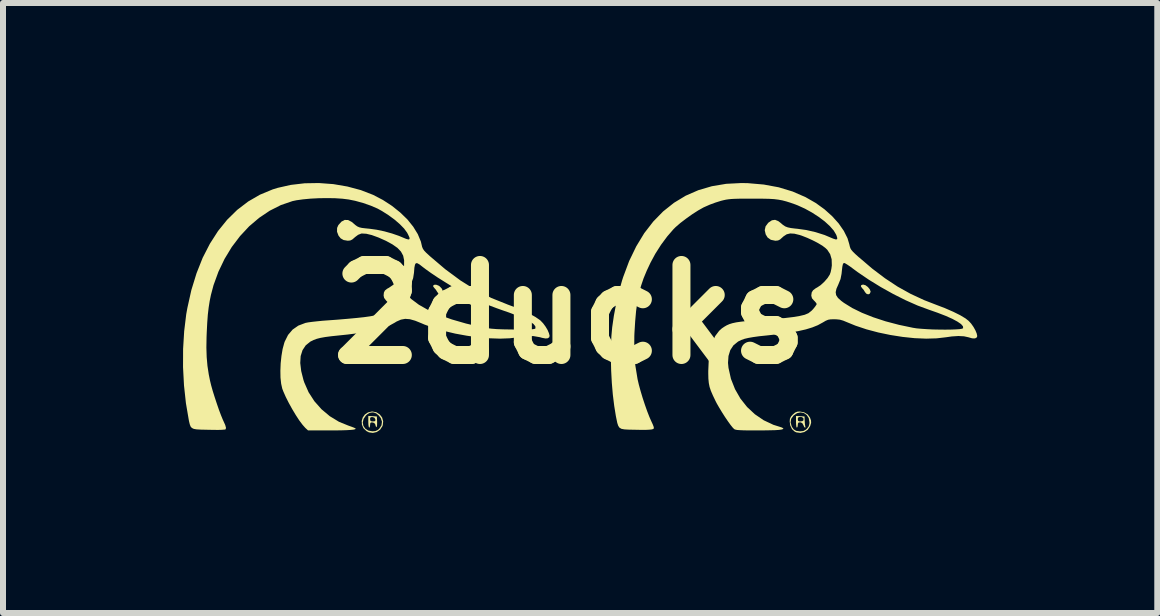
<source format=kicad_pcb>
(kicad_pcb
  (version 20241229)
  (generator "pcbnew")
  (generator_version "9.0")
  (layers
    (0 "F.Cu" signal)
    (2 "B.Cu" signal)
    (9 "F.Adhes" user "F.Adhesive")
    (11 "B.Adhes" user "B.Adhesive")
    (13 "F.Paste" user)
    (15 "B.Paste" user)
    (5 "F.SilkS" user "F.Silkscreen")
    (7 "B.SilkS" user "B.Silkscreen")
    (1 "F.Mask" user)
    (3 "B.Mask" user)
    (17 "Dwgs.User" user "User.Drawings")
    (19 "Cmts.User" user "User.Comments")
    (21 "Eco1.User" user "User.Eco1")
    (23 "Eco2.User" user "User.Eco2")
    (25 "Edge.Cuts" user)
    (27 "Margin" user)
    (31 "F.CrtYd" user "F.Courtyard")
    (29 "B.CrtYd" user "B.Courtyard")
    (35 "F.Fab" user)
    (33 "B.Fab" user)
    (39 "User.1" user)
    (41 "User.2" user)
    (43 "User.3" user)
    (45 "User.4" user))
  (footprint "2ducks"
    (layer "F.Cu")
    (at 6.448 2.187)
    (property "Reference" "2ducks" (at 0 0 0) (layer "F.SilkS") (effects (font (size 1.5 1.5) (thickness 0.3))))
    (attr board_only exclude_from_pos_files exclude_from_bom)
    (fp_poly (pts (xy -2.228 -0.492) (xy -2.191 -0.478) (xy -2.171 -0.465) (xy -2.134 -0.425) (xy -2.12 -0.385) (xy -2.131 -0.352) (xy -2.16 -0.332) (xy -2.189 -0.341) (xy -2.212 -0.372) (xy -2.235 -0.409) (xy -2.257 -0.434) (xy -2.279 -0.461) (xy -2.278 -0.482) (xy -2.259 -0.492)) (stroke (width 0) (type solid)) (fill yes) (layer "F.SilkS"))
    (fp_poly (pts (xy 4.924 -0.484) (xy 4.963 -0.455) (xy 4.994 -0.418) (xy 5.009 -0.38) (xy 5.008 -0.371) (xy 4.993 -0.341) (xy 4.967 -0.332) (xy 4.937 -0.344) (xy 4.915 -0.371) (xy 4.892 -0.409) (xy 4.869 -0.434) (xy 4.848 -0.463) (xy 4.852 -0.485) (xy 4.881 -0.495) (xy 4.885 -0.495)) (stroke (width 0) (type solid)) (fill yes) (layer "F.SilkS"))
    (fp_poly (pts (xy -3.289 1.698) (xy -3.218 1.703) (xy -3.214 1.8) (xy -3.215 1.849) (xy -3.221 1.877) (xy -3.229 1.881) (xy -3.239 1.859) (xy -3.243 1.838) (xy -3.262 1.811) (xy -3.29 1.803) (xy -3.318 1.803) (xy -3.329 1.819) (xy -3.331 1.844) (xy -3.335 1.876) (xy -3.345 1.89) (xy -3.346 1.89) (xy -3.353 1.877) (xy -3.359 1.84) (xy -3.361 1.792) (xy -3.361 1.747) (xy -3.331 1.747) (xy -3.326 1.774) (xy -3.307 1.784) (xy -3.285 1.785) (xy -3.253 1.782) (xy -3.242 1.768) (xy -3.243 1.752) (xy -3.258 1.724) (xy -3.289 1.713) (xy -3.319 1.714) (xy -3.33 1.73) (xy -3.331 1.747) (xy -3.361 1.747) (xy -3.361 1.694)) (stroke (width 0) (type solid)) (fill yes) (layer "F.SilkS"))
    (fp_poly (pts (xy 3.837 1.698) (xy 3.908 1.703) (xy 3.911 1.776) (xy 3.914 1.823) (xy 3.919 1.86) (xy 3.922 1.869) (xy 3.922 1.888) (xy 3.917 1.89) (xy 3.903 1.878) (xy 3.889 1.847) (xy 3.888 1.845) (xy 3.869 1.812) (xy 3.84 1.801) (xy 3.834 1.8) (xy 3.807 1.805) (xy 3.797 1.825) (xy 3.796 1.845) (xy 3.791 1.877) (xy 3.781 1.89) (xy 3.781 1.89) (xy 3.773 1.877) (xy 3.768 1.84) (xy 3.766 1.792) (xy 3.766 1.748) (xy 3.796 1.748) (xy 3.801 1.775) (xy 3.822 1.785) (xy 3.84 1.785) (xy 3.873 1.78) (xy 3.89 1.767) (xy 3.89 1.733) (xy 3.866 1.714) (xy 3.839 1.71) (xy 3.808 1.715) (xy 3.797 1.733) (xy 3.796 1.748) (xy 3.766 1.748) (xy 3.766 1.694)) (stroke (width 0) (type solid)) (fill yes) (layer "F.SilkS"))
    (fp_poly (pts (xy -3.225 1.633) (xy -3.17 1.669) (xy -3.131 1.72) (xy -3.113 1.782) (xy -3.12 1.849) (xy -3.126 1.865) (xy -3.165 1.924) (xy -3.22 1.962) (xy -3.285 1.977) (xy -3.352 1.967) (xy -3.392 1.946) (xy -3.442 1.898) (xy -3.467 1.84) (xy -3.469 1.803) (xy -3.453 1.803) (xy -3.443 1.859) (xy -3.411 1.906) (xy -3.36 1.938) (xy -3.293 1.95) (xy -3.243 1.946) (xy -3.206 1.93) (xy -3.179 1.907) (xy -3.142 1.851) (xy -3.133 1.791) (xy -3.153 1.73) (xy -3.187 1.686) (xy -3.228 1.652) (xy -3.268 1.637) (xy -3.293 1.635) (xy -3.337 1.642) (xy -3.376 1.665) (xy -3.4 1.686) (xy -3.439 1.743) (xy -3.453 1.803) (xy -3.469 1.803) (xy -3.471 1.779) (xy -3.454 1.72) (xy -3.418 1.67) (xy -3.366 1.635) (xy -3.3 1.62) (xy -3.293 1.62)) (stroke (width 0) (type solid)) (fill yes) (layer "F.SilkS"))
    (fp_poly (pts (xy 3.9 1.633) (xy 3.96 1.668) (xy 3.998 1.719) (xy 4.016 1.768) (xy 4.018 1.809) (xy 4.003 1.859) (xy 3.999 1.868) (xy 3.961 1.925) (xy 3.905 1.962) (xy 3.84 1.977) (xy 3.773 1.968) (xy 3.747 1.957) (xy 3.7 1.915) (xy 3.67 1.853) (xy 3.663 1.802) (xy 3.676 1.802) (xy 3.694 1.867) (xy 3.698 1.875) (xy 3.728 1.918) (xy 3.768 1.942) (xy 3.827 1.95) (xy 3.838 1.95) (xy 3.888 1.945) (xy 3.926 1.925) (xy 3.947 1.907) (xy 3.977 1.868) (xy 3.989 1.826) (xy 3.99 1.798) (xy 3.978 1.73) (xy 3.945 1.679) (xy 3.898 1.646) (xy 3.842 1.635) (xy 3.783 1.648) (xy 3.727 1.686) (xy 3.686 1.742) (xy 3.676 1.802) (xy 3.663 1.802) (xy 3.661 1.785) (xy 3.665 1.739) (xy 3.684 1.702) (xy 3.712 1.671) (xy 3.751 1.638) (xy 3.788 1.623) (xy 3.826 1.62)) (stroke (width 0) (type solid)) (fill yes) (layer "F.SilkS"))
    (fp_poly (pts (xy -3.943 -2.169) (xy -3.709 -2.129) (xy -3.485 -2.069) (xy -3.281 -1.99) (xy -3.118 -1.905) (xy -2.966 -1.806) (xy -2.83 -1.697) (xy -2.71 -1.581) (xy -2.612 -1.459) (xy -2.536 -1.335) (xy -2.485 -1.212) (xy -2.473 -1.161) (xy -2.464 -1.123) (xy -2.451 -1.092) (xy -2.431 -1.062) (xy -2.398 -1.027) (xy -2.348 -0.981) (xy -2.334 -0.968) (xy -2.08 -0.752) (xy -1.826 -0.564) (xy -1.57 -0.404) (xy -1.311 -0.272) (xy -1.047 -0.166) (xy -1.043 -0.164) (xy -0.907 -0.113) (xy -0.781 -0.06) (xy -0.669 -0.007) (xy -0.576 0.045) (xy -0.506 0.093) (xy -0.492 0.104) (xy -0.448 0.15) (xy -0.408 0.204) (xy -0.374 0.261) (xy -0.351 0.315) (xy -0.34 0.358) (xy -0.346 0.383) (xy -0.371 0.4) (xy -0.409 0.403) (xy -0.467 0.392) (xy -0.501 0.382) (xy -0.611 0.363) (xy -0.741 0.365) (xy -0.865 0.383) (xy -1.004 0.4) (xy -1.165 0.406) (xy -1.341 0.4) (xy -1.528 0.384) (xy -1.72 0.357) (xy -1.912 0.322) (xy -2.097 0.278) (xy -2.271 0.227) (xy -2.428 0.17) (xy -2.474 0.15) (xy -2.58 0.107) (xy -2.669 0.082) (xy -2.746 0.076) (xy -2.817 0.089) (xy -2.888 0.12) (xy -2.926 0.143) (xy -3.003 0.185) (xy -3.098 0.222) (xy -3.214 0.256) (xy -3.352 0.286) (xy -3.514 0.313) (xy -3.702 0.337) (xy -3.856 0.353) (xy -3.98 0.366) (xy -4.078 0.379) (xy -4.157 0.393) (xy -4.22 0.409) (xy -4.273 0.429) (xy -4.32 0.452) (xy -4.329 0.457) (xy -4.404 0.518) (xy -4.457 0.598) (xy -4.488 0.696) (xy -4.495 0.812) (xy -4.479 0.946) (xy -4.441 1.096) (xy -4.428 1.135) (xy -4.356 1.299) (xy -4.259 1.449) (xy -4.14 1.583) (xy -4.003 1.698) (xy -3.85 1.791) (xy -3.698 1.853) (xy -3.642 1.873) (xy -3.598 1.89) (xy -3.574 1.902) (xy -3.571 1.906) (xy -3.579 1.915) (xy -3.607 1.922) (xy -3.655 1.927) (xy -3.725 1.931) (xy -3.821 1.934) (xy -3.943 1.935) (xy -4.024 1.935) (xy -4.365 1.935) (xy -4.41 1.894) (xy -4.456 1.842) (xy -4.511 1.769) (xy -4.569 1.68) (xy -4.629 1.58) (xy -4.686 1.477) (xy -4.737 1.376) (xy -4.778 1.283) (xy -4.795 1.238) (xy -4.813 1.157) (xy -4.824 1.056) (xy -4.826 0.94) (xy -4.821 0.817) (xy -4.808 0.694) (xy -4.789 0.58) (xy -4.762 0.48) (xy -4.754 0.456) (xy -4.698 0.344) (xy -4.622 0.255) (xy -4.527 0.189) (xy -4.411 0.145) (xy -4.409 0.144) (xy -4.363 0.135) (xy -4.296 0.126) (xy -4.214 0.117) (xy -4.125 0.108) (xy -4.086 0.105) (xy -3.879 0.09) (xy -3.702 0.075) (xy -3.553 0.061) (xy -3.432 0.048) (xy -3.338 0.035) (xy -3.271 0.023) (xy -3.259 0.02) (xy -3.197 0.001) (xy -3.152 -0.022) (xy -3.109 -0.057) (xy -3.087 -0.079) (xy -3.051 -0.118) (xy -3.025 -0.15) (xy -3.016 -0.168) (xy -3.026 -0.187) (xy -3.051 -0.216) (xy -3.061 -0.225) (xy -3.097 -0.272) (xy -3.106 -0.312) (xy -3.101 -0.362) (xy -3.1 -0.364) (xy -2.7 -0.364) (xy -2.692 -0.315) (xy -2.664 -0.273) (xy -2.645 -0.254) (xy -2.518 -0.159) (xy -2.363 -0.071) (xy -2.18 0.011) (xy -1.969 0.086) (xy -1.73 0.155) (xy -1.695 0.163) (xy -1.579 0.191) (xy -1.481 0.213) (xy -1.394 0.229) (xy -1.309 0.24) (xy -1.22 0.247) (xy -1.12 0.251) (xy -1 0.253) (xy -0.926 0.254) (xy -0.815 0.254) (xy -0.729 0.253) (xy -0.667 0.252) (xy -0.624 0.249) (xy -0.597 0.245) (xy -0.582 0.24) (xy -0.575 0.232) (xy -0.575 0.232) (xy -0.578 0.199) (xy -0.608 0.162) (xy -0.667 0.121) (xy -0.754 0.076) (xy -0.871 0.026) (xy -1.016 -0.029) (xy -1.123 -0.066) (xy -1.224 -0.102) (xy -1.33 -0.142) (xy -1.431 -0.183) (xy -1.518 -0.22) (xy -1.572 -0.246) (xy -1.692 -0.308) (xy -1.821 -0.38) (xy -1.954 -0.457) (xy -2.084 -0.537) (xy -2.208 -0.615) (xy -2.318 -0.689) (xy -2.41 -0.755) (xy -2.456 -0.79) (xy -2.507 -0.83) (xy -2.544 -0.851) (xy -2.568 -0.851) (xy -2.583 -0.827) (xy -2.593 -0.777) (xy -2.599 -0.7) (xy -2.6 -0.69) (xy -2.614 -0.601) (xy -2.645 -0.516) (xy -2.654 -0.499) (xy -2.687 -0.423) (xy -2.7 -0.364) (xy -3.1 -0.364) (xy -3.084 -0.396) (xy -3.048 -0.425) (xy -3.017 -0.442) (xy -2.928 -0.503) (xy -2.854 -0.584) (xy -2.799 -0.679) (xy -2.768 -0.781) (xy -2.765 -0.809) (xy -2.764 -0.899) (xy -2.78 -0.977) (xy -2.817 -1.045) (xy -2.875 -1.106) (xy -2.959 -1.165) (xy -3.067 -1.224) (xy -3.193 -1.28) (xy -3.303 -1.32) (xy -3.395 -1.342) (xy -3.466 -1.346) (xy -3.478 -1.345) (xy -3.531 -1.324) (xy -3.586 -1.283) (xy -3.588 -1.28) (xy -3.628 -1.246) (xy -3.661 -1.23) (xy -3.699 -1.226) (xy -3.705 -1.226) (xy -3.772 -1.237) (xy -3.821 -1.265) (xy -3.857 -1.31) (xy -3.882 -1.375) (xy -3.881 -1.439) (xy -3.86 -1.486) (xy -3.808 -1.544) (xy -3.755 -1.572) (xy -3.699 -1.571) (xy -3.639 -1.54) (xy -3.612 -1.518) (xy -3.575 -1.486) (xy -3.544 -1.464) (xy -3.51 -1.449) (xy -3.467 -1.439) (xy -3.408 -1.432) (xy -3.338 -1.425) (xy -3.222 -1.409) (xy -3.093 -1.382) (xy -2.965 -1.346) (xy -2.849 -1.306) (xy -2.797 -1.284) (xy -2.732 -1.257) (xy -2.691 -1.246) (xy -2.673 -1.254) (xy -2.676 -1.282) (xy -2.699 -1.331) (xy -2.715 -1.361) (xy -2.764 -1.428) (xy -2.836 -1.502) (xy -2.924 -1.578) (xy -3.025 -1.652) (xy -3.132 -1.72) (xy -3.206 -1.761) (xy -3.317 -1.809) (xy -3.446 -1.854) (xy -3.58 -1.891) (xy -3.689 -1.913) (xy -3.793 -1.926) (xy -3.916 -1.934) (xy -4.05 -1.936) (xy -4.188 -1.934) (xy -4.324 -1.927) (xy -4.45 -1.915) (xy -4.558 -1.9) (xy -4.624 -1.886) (xy -4.817 -1.82) (xy -5.003 -1.726) (xy -5.18 -1.607) (xy -5.346 -1.466) (xy -5.498 -1.303) (xy -5.636 -1.121) (xy -5.756 -0.923) (xy -5.858 -0.71) (xy -5.94 -0.485) (xy -5.983 -0.323) (xy -6.004 -0.221) (xy -6.021 -0.113) (xy -6.035 0.006) (xy -6.045 0.142) (xy -6.053 0.301) (xy -6.056 0.375) (xy -6.059 0.554) (xy -6.054 0.713) (xy -6.041 0.86) (xy -6.019 1.004) (xy -5.999 1.103) (xy -5.98 1.182) (xy -5.953 1.278) (xy -5.92 1.383) (xy -5.885 1.489) (xy -5.85 1.591) (xy -5.816 1.681) (xy -5.787 1.752) (xy -5.776 1.776) (xy -5.745 1.845) (xy -5.732 1.893) (xy -5.739 1.917) (xy -5.75 1.921) (xy -5.78 1.923) (xy -5.799 1.925) (xy -5.824 1.926) (xy -5.873 1.927) (xy -5.939 1.926) (xy -6.018 1.925) (xy -6.055 1.924) (xy -6.15 1.922) (xy -6.22 1.918) (xy -6.268 1.91) (xy -6.301 1.894) (xy -6.322 1.87) (xy -6.336 1.833) (xy -6.348 1.783) (xy -6.352 1.762) (xy -6.4 1.481) (xy -6.432 1.185) (xy -6.448 0.882) (xy -6.447 0.578) (xy -6.429 0.282) (xy -6.395 0.000484) (xy -6.376 -0.105) (xy -6.309 -0.405) (xy -6.223 -0.684) (xy -6.121 -0.941) (xy -6.001 -1.175) (xy -5.865 -1.387) (xy -5.713 -1.575) (xy -5.546 -1.739) (xy -5.363 -1.879) (xy -5.166 -1.993) (xy -4.954 -2.081) (xy -4.87 -2.107) (xy -4.652 -2.156) (xy -4.421 -2.183) (xy -4.183 -2.187)) (stroke (width 0) (type solid)) (fill yes) (layer "F.SilkS"))
    (fp_poly (pts (xy 2.963 -2.185) (xy 3.229 -2.162) (xy 3.478 -2.116) (xy 3.709 -2.046) (xy 3.925 -1.952) (xy 4.096 -1.854) (xy 4.241 -1.749) (xy 4.368 -1.635) (xy 4.476 -1.515) (xy 4.562 -1.391) (xy 4.624 -1.268) (xy 4.654 -1.168) (xy 4.663 -1.129) (xy 4.673 -1.099) (xy 4.689 -1.072) (xy 4.716 -1.041) (xy 4.756 -1.002) (xy 4.815 -0.949) (xy 4.816 -0.949) (xy 5.035 -0.762) (xy 5.249 -0.6) (xy 5.461 -0.46) (xy 5.677 -0.34) (xy 5.901 -0.236) (xy 6.084 -0.165) (xy 6.246 -0.103) (xy 6.386 -0.042) (xy 6.501 0.015) (xy 6.591 0.069) (xy 6.643 0.11) (xy 6.685 0.156) (xy 6.723 0.21) (xy 6.755 0.267) (xy 6.777 0.32) (xy 6.786 0.362) (xy 6.78 0.384) (xy 6.75 0.402) (xy 6.702 0.401) (xy 6.639 0.383) (xy 6.566 0.367) (xy 6.472 0.362) (xy 6.363 0.369) (xy 6.264 0.383) (xy 6.109 0.401) (xy 5.934 0.406) (xy 5.743 0.398) (xy 5.543 0.377) (xy 5.339 0.345) (xy 5.137 0.303) (xy 4.941 0.251) (xy 4.758 0.19) (xy 4.621 0.134) (xy 4.553 0.106) (xy 4.498 0.09) (xy 4.441 0.084) (xy 4.403 0.083) (xy 4.345 0.084) (xy 4.302 0.091) (xy 4.261 0.108) (xy 4.21 0.138) (xy 4.206 0.14) (xy 4.129 0.182) (xy 4.037 0.219) (xy 3.929 0.252) (xy 3.801 0.281) (xy 3.651 0.307) (xy 3.476 0.331) (xy 3.278 0.353) (xy 3.152 0.366) (xy 3.052 0.38) (xy 2.972 0.394) (xy 2.908 0.409) (xy 2.855 0.428) (xy 2.809 0.45) (xy 2.799 0.456) (xy 2.724 0.517) (xy 2.671 0.597) (xy 2.641 0.695) (xy 2.633 0.809) (xy 2.641 0.893) (xy 2.682 1.076) (xy 2.75 1.248) (xy 2.84 1.405) (xy 2.951 1.545) (xy 3.081 1.666) (xy 3.228 1.766) (xy 3.39 1.842) (xy 3.492 1.874) (xy 3.531 1.887) (xy 3.553 1.9) (xy 3.556 1.904) (xy 3.548 1.913) (xy 3.523 1.921) (xy 3.479 1.927) (xy 3.413 1.931) (xy 3.324 1.933) (xy 3.208 1.935) (xy 3.105 1.935) (xy 2.989 1.935) (xy 2.9 1.934) (xy 2.834 1.931) (xy 2.787 1.928) (xy 2.757 1.922) (xy 2.739 1.915) (xy 2.737 1.914) (xy 2.712 1.889) (xy 2.675 1.843) (xy 2.631 1.782) (xy 2.582 1.71) (xy 2.533 1.633) (xy 2.487 1.557) (xy 2.446 1.486) (xy 2.426 1.447) (xy 2.381 1.353) (xy 2.348 1.277) (xy 2.326 1.211) (xy 2.313 1.146) (xy 2.306 1.074) (xy 2.304 0.987) (xy 2.304 0.945) (xy 2.312 0.761) (xy 2.334 0.604) (xy 2.37 0.471) (xy 2.42 0.362) (xy 2.485 0.276) (xy 2.529 0.236) (xy 2.57 0.208) (xy 2.611 0.184) (xy 2.656 0.164) (xy 2.708 0.148) (xy 2.773 0.134) (xy 2.852 0.123) (xy 2.949 0.112) (xy 3.069 0.102) (xy 3.214 0.092) (xy 3.248 0.09) (xy 3.428 0.077) (xy 3.586 0.062) (xy 3.719 0.046) (xy 3.827 0.028) (xy 3.907 0.009) (xy 3.911 0.008) (xy 3.973 -0.018) (xy 4.025 -0.059) (xy 4.05 -0.085) (xy 4.082 -0.124) (xy 4.104 -0.156) (xy 4.111 -0.171) (xy 4.1 -0.191) (xy 4.075 -0.22) (xy 4.066 -0.228) (xy 4.032 -0.267) (xy 4.021 -0.31) (xy 4.021 -0.317) (xy 4.028 -0.365) (xy 4.03 -0.368) (xy 4.427 -0.368) (xy 4.435 -0.319) (xy 4.465 -0.273) (xy 4.519 -0.224) (xy 4.565 -0.19) (xy 4.702 -0.105) (xy 4.865 -0.025) (xy 5.051 0.049) (xy 5.258 0.117) (xy 5.482 0.176) (xy 5.715 0.225) (xy 5.779 0.235) (xy 5.859 0.242) (xy 5.951 0.248) (xy 6.049 0.253) (xy 6.151 0.255) (xy 6.25 0.256) (xy 6.342 0.255) (xy 6.423 0.252) (xy 6.487 0.248) (xy 6.532 0.241) (xy 6.551 0.232) (xy 6.551 0.232) (xy 6.548 0.2) (xy 6.516 0.163) (xy 6.456 0.122) (xy 6.371 0.076) (xy 6.259 0.026) (xy 6.124 -0.026) (xy 5.979 -0.077) (xy 5.792 -0.146) (xy 5.593 -0.234) (xy 5.386 -0.338) (xy 5.18 -0.453) (xy 4.98 -0.576) (xy 4.793 -0.703) (xy 4.724 -0.754) (xy 4.669 -0.795) (xy 4.62 -0.828) (xy 4.585 -0.849) (xy 4.569 -0.855) (xy 4.556 -0.85) (xy 4.546 -0.83) (xy 4.538 -0.792) (xy 4.531 -0.731) (xy 4.525 -0.674) (xy 4.508 -0.587) (xy 4.472 -0.498) (xy 4.44 -0.426) (xy 4.427 -0.368) (xy 4.03 -0.368) (xy 4.051 -0.401) (xy 4.095 -0.434) (xy 4.119 -0.447) (xy 4.176 -0.485) (xy 4.237 -0.541) (xy 4.292 -0.604) (xy 4.329 -0.662) (xy 4.344 -0.704) (xy 4.356 -0.762) (xy 4.363 -0.814) (xy 4.36 -0.917) (xy 4.335 -1.002) (xy 4.287 -1.075) (xy 4.26 -1.101) (xy 4.207 -1.142) (xy 4.132 -1.187) (xy 4.045 -1.232) (xy 3.953 -1.274) (xy 3.864 -1.309) (xy 3.828 -1.321) (xy 3.739 -1.343) (xy 3.669 -1.347) (xy 3.611 -1.333) (xy 3.559 -1.299) (xy 3.539 -1.281) (xy 3.5 -1.246) (xy 3.467 -1.23) (xy 3.429 -1.226) (xy 3.419 -1.226) (xy 3.347 -1.241) (xy 3.293 -1.279) (xy 3.261 -1.331) (xy 3.245 -1.401) (xy 3.259 -1.465) (xy 3.302 -1.523) (xy 3.309 -1.529) (xy 3.364 -1.566) (xy 3.417 -1.574) (xy 3.47 -1.553) (xy 3.507 -1.525) (xy 3.549 -1.489) (xy 3.587 -1.464) (xy 3.629 -1.448) (xy 3.682 -1.437) (xy 3.754 -1.428) (xy 3.787 -1.425) (xy 3.938 -1.404) (xy 4.094 -1.368) (xy 4.242 -1.321) (xy 4.318 -1.289) (xy 4.384 -1.261) (xy 4.427 -1.247) (xy 4.45 -1.25) (xy 4.454 -1.269) (xy 4.443 -1.307) (xy 4.435 -1.327) (xy 4.394 -1.396) (xy 4.329 -1.47) (xy 4.245 -1.547) (xy 4.144 -1.623) (xy 4.033 -1.695) (xy 3.915 -1.76) (xy 3.794 -1.815) (xy 3.753 -1.831) (xy 3.673 -1.859) (xy 3.603 -1.881) (xy 3.538 -1.898) (xy 3.473 -1.91) (xy 3.401 -1.919) (xy 3.318 -1.924) (xy 3.219 -1.926) (xy 3.098 -1.927) (xy 3.031 -1.927) (xy 2.912 -1.927) (xy 2.818 -1.926) (xy 2.745 -1.924) (xy 2.687 -1.921) (xy 2.64 -1.916) (xy 2.599 -1.91) (xy 2.558 -1.901) (xy 2.514 -1.89) (xy 2.505 -1.887) (xy 2.422 -1.861) (xy 2.33 -1.827) (xy 2.246 -1.79) (xy 2.226 -1.781) (xy 2.137 -1.731) (xy 2.037 -1.667) (xy 1.936 -1.595) (xy 1.84 -1.522) (xy 1.759 -1.452) (xy 1.723 -1.416) (xy 1.62 -1.297) (xy 1.517 -1.158) (xy 1.422 -1.009) (xy 1.343 -0.863) (xy 1.279 -0.727) (xy 1.226 -0.599) (xy 1.183 -0.472) (xy 1.149 -0.342) (xy 1.122 -0.204) (xy 1.101 -0.052) (xy 1.086 0.118) (xy 1.074 0.311) (xy 1.072 0.36) (xy 1.07 0.614) (xy 1.089 0.854) (xy 1.126 1.082) (xy 1.147 1.172) (xy 1.176 1.278) (xy 1.21 1.392) (xy 1.248 1.507) (xy 1.286 1.615) (xy 1.323 1.71) (xy 1.355 1.783) (xy 1.357 1.787) (xy 1.38 1.837) (xy 1.395 1.877) (xy 1.398 1.9) (xy 1.397 1.901) (xy 1.385 1.912) (xy 1.361 1.919) (xy 1.322 1.923) (xy 1.263 1.926) (xy 1.182 1.926) (xy 1.075 1.924) (xy 1.069 1.924) (xy 0.975 1.922) (xy 0.906 1.918) (xy 0.858 1.909) (xy 0.825 1.89) (xy 0.804 1.859) (xy 0.788 1.811) (xy 0.774 1.743) (xy 0.764 1.694) (xy 0.737 1.527) (xy 0.714 1.341) (xy 0.697 1.143) (xy 0.686 0.938) (xy 0.681 0.735) (xy 0.682 0.541) (xy 0.69 0.362) (xy 0.703 0.218) (xy 0.731 0.025) (xy 0.769 -0.176) (xy 0.815 -0.375) (xy 0.867 -0.561) (xy 0.886 -0.62) (xy 0.986 -0.888) (xy 1.104 -1.132) (xy 1.237 -1.351) (xy 1.387 -1.545) (xy 1.552 -1.714) (xy 1.733 -1.858) (xy 1.928 -1.976) (xy 2.139 -2.068) (xy 2.364 -2.134) (xy 2.603 -2.174) (xy 2.856 -2.187)) (stroke (width 0) (type solid)) (fill yes) (layer "F.SilkS")))
  (gr_rect
    (start -3 -3)
    (end 16.234 7.165)
    (stroke (width 0.1) (type default))
    (fill no)
    (layer "Edge.Cuts")))
</source>
